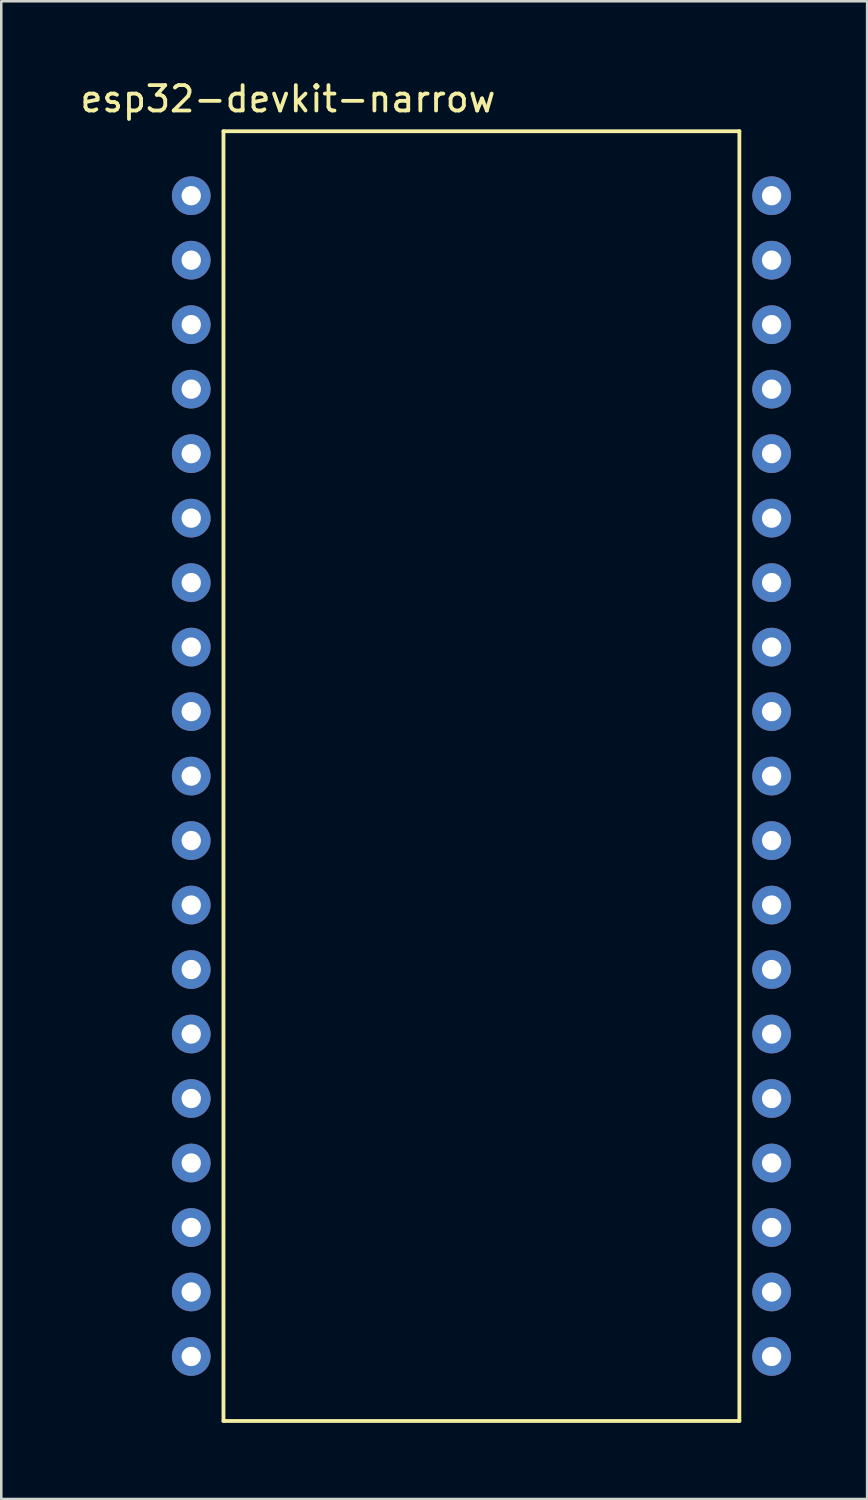
<source format=kicad_pcb>
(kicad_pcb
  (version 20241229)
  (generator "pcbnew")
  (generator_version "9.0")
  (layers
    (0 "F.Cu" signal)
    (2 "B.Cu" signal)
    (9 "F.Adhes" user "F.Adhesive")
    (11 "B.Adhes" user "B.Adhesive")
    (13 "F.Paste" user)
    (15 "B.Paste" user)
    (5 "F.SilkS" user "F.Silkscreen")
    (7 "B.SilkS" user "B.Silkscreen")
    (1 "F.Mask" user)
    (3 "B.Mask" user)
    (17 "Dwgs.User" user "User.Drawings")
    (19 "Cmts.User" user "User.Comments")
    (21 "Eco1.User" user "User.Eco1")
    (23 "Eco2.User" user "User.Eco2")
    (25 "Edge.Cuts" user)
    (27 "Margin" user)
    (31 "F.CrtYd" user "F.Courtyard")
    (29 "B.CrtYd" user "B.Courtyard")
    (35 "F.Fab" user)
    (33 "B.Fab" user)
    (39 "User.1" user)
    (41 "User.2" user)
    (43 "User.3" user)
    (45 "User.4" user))
  (footprint "esp32-devkit-narrow"
    (layer "F.Cu")
    (at 19.722 2.118)
    (property "Reference" "esp32-devkit-narrow" (at -11.43 -1.27 0) (layer "F.SilkS") (effects (font (size 1 1) (thickness 0.15))))
    (attr through_hole)
    (fp_line (start -13.97 50.8) (end -13.97 0) (stroke (width 0.15) (type solid)) (layer "F.SilkS"))
    (fp_line (start 6.35 0) (end -13.97 0) (stroke (width 0.15) (type solid)) (layer "F.SilkS"))
    (fp_line (start 6.35 0) (end 6.35 50.8) (stroke (width 0.15) (type solid)) (layer "F.SilkS"))
    (fp_line (start 6.35 50.8) (end -13.97 50.8) (stroke (width 0.15) (type solid)) (layer "F.SilkS"))
    (pad "1" thru_hole circle (at -15.24 2.54) (size 1.524 1.524) (drill 0.762) (layers "*.Cu" "*.Mask"))
    (pad "2" thru_hole circle (at -15.24 5.08) (size 1.524 1.524) (drill 0.762) (layers "*.Cu" "*.Mask"))
    (pad "3" thru_hole circle (at -15.24 7.62) (size 1.524 1.524) (drill 0.762) (layers "*.Cu" "*.Mask"))
    (pad "4" thru_hole circle (at -15.24 10.16) (size 1.524 1.524) (drill 0.762) (layers "*.Cu" "*.Mask"))
    (pad "5" thru_hole circle (at -15.24 12.7) (size 1.524 1.524) (drill 0.762) (layers "*.Cu" "*.Mask"))
    (pad "6" thru_hole circle (at -15.24 15.24) (size 1.524 1.524) (drill 0.762) (layers "*.Cu" "*.Mask"))
    (pad "7" thru_hole circle (at -15.24 17.78) (size 1.524 1.524) (drill 0.762) (layers "*.Cu" "*.Mask"))
    (pad "8" thru_hole circle (at -15.24 20.32) (size 1.524 1.524) (drill 0.762) (layers "*.Cu" "*.Mask"))
    (pad "9" thru_hole circle (at -15.24 22.86) (size 1.524 1.524) (drill 0.762) (layers "*.Cu" "*.Mask"))
    (pad "10" thru_hole circle (at -15.24 25.4) (size 1.524 1.524) (drill 0.762) (layers "*.Cu" "*.Mask"))
    (pad "11" thru_hole circle (at -15.24 27.94) (size 1.524 1.524) (drill 0.762) (layers "*.Cu" "*.Mask"))
    (pad "12" thru_hole circle (at -15.24 30.48) (size 1.524 1.524) (drill 0.762) (layers "*.Cu" "*.Mask"))
    (pad "13" thru_hole circle (at -15.24 33.02) (size 1.524 1.524) (drill 0.762) (layers "*.Cu" "*.Mask"))
    (pad "14" thru_hole circle (at -15.24 35.56) (size 1.524 1.524) (drill 0.762) (layers "*.Cu" "*.Mask"))
    (pad "15" thru_hole circle (at -15.24 38.1) (size 1.524 1.524) (drill 0.762) (layers "*.Cu" "*.Mask"))
    (pad "16" thru_hole circle (at -15.24 40.64) (size 1.524 1.524) (drill 0.762) (layers "*.Cu" "*.Mask"))
    (pad "17" thru_hole circle (at -15.24 43.18) (size 1.524 1.524) (drill 0.762) (layers "*.Cu" "*.Mask"))
    (pad "18" thru_hole circle (at -15.24 45.72) (size 1.524 1.524) (drill 0.762) (layers "*.Cu" "*.Mask"))
    (pad "19" thru_hole circle (at -15.24 48.26) (size 1.524 1.524) (drill 0.762) (layers "*.Cu" "*.Mask"))
    (pad "20" thru_hole circle (at 7.62 48.26) (size 1.524 1.524) (drill 0.762) (layers "*.Cu" "*.Mask"))
    (pad "21" thru_hole circle (at 7.62 45.72) (size 1.524 1.524) (drill 0.762) (layers "*.Cu" "*.Mask"))
    (pad "22" thru_hole circle (at 7.62 43.18) (size 1.524 1.524) (drill 0.762) (layers "*.Cu" "*.Mask"))
    (pad "23" thru_hole circle (at 7.62 40.64) (size 1.524 1.524) (drill 0.762) (layers "*.Cu" "*.Mask"))
    (pad "24" thru_hole circle (at 7.62 38.1) (size 1.524 1.524) (drill 0.762) (layers "*.Cu" "*.Mask"))
    (pad "25" thru_hole circle (at 7.62 35.56) (size 1.524 1.524) (drill 0.762) (layers "*.Cu" "*.Mask"))
    (pad "26" thru_hole circle (at 7.62 33.02) (size 1.524 1.524) (drill 0.762) (layers "*.Cu" "*.Mask"))
    (pad "27" thru_hole circle (at 7.62 30.48) (size 1.524 1.524) (drill 0.762) (layers "*.Cu" "*.Mask"))
    (pad "28" thru_hole circle (at 7.62 27.94) (size 1.524 1.524) (drill 0.762) (layers "*.Cu" "*.Mask"))
    (pad "29" thru_hole circle (at 7.62 25.4) (size 1.524 1.524) (drill 0.762) (layers "*.Cu" "*.Mask"))
    (pad "30" thru_hole circle (at 7.62 22.86) (size 1.524 1.524) (drill 0.762) (layers "*.Cu" "*.Mask"))
    (pad "31" thru_hole circle (at 7.62 20.32) (size 1.524 1.524) (drill 0.762) (layers "*.Cu" "*.Mask"))
    (pad "32" thru_hole circle (at 7.62 17.78) (size 1.524 1.524) (drill 0.762) (layers "*.Cu" "*.Mask"))
    (pad "33" thru_hole circle (at 7.62 15.24) (size 1.524 1.524) (drill 0.762) (layers "*.Cu" "*.Mask"))
    (pad "34" thru_hole circle (at 7.62 12.7) (size 1.524 1.524) (drill 0.762) (layers "*.Cu" "*.Mask"))
    (pad "35" thru_hole circle (at 7.62 10.16) (size 1.524 1.524) (drill 0.762) (layers "*.Cu" "*.Mask"))
    (pad "36" thru_hole circle (at 7.62 7.62) (size 1.524 1.524) (drill 0.762) (layers "*.Cu" "*.Mask"))
    (pad "37" thru_hole circle (at 7.62 5.08) (size 1.524 1.524) (drill 0.762) (layers "*.Cu" "*.Mask"))
    (pad "38" thru_hole circle (at 7.62 2.54) (size 1.524 1.524) (drill 0.762) (layers "*.Cu" "*.Mask")))
  (gr_rect
    (start -3 -3)
    (end 31.104 55.993)
    (stroke (width 0.1) (type default))
    (fill no)
    (layer "Edge.Cuts")))
</source>
